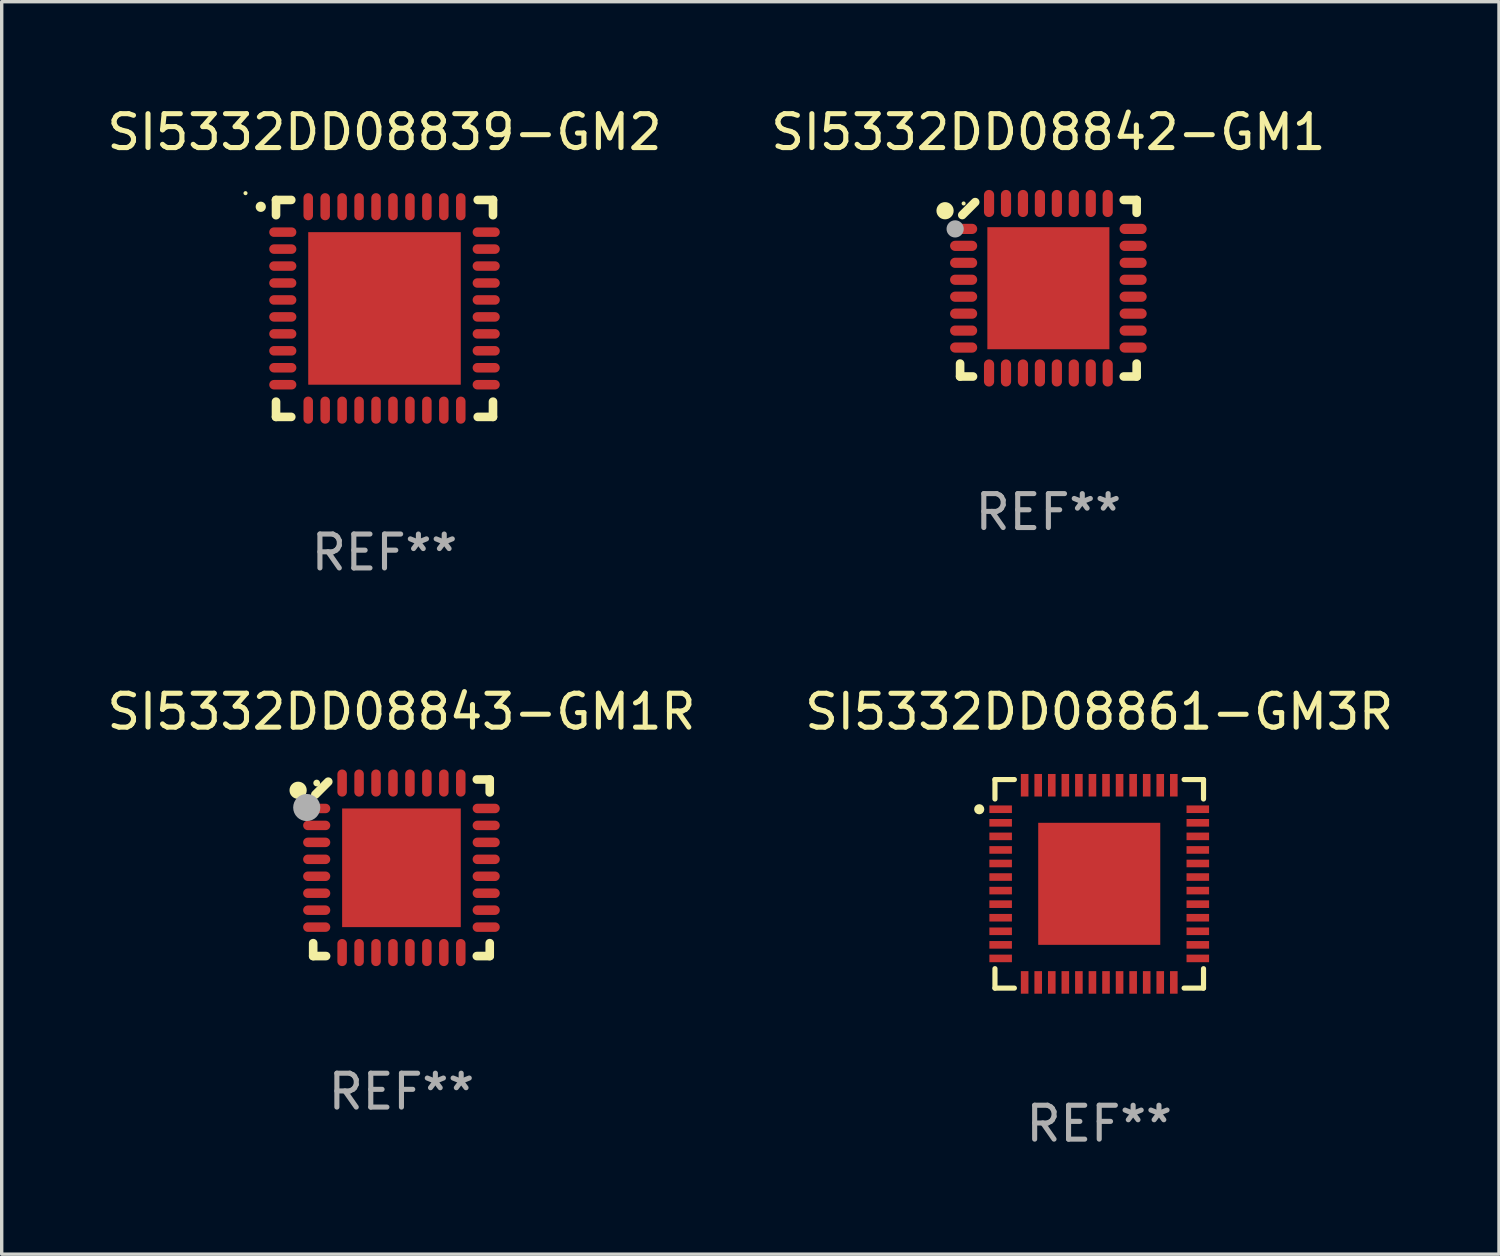
<source format=kicad_pcb>
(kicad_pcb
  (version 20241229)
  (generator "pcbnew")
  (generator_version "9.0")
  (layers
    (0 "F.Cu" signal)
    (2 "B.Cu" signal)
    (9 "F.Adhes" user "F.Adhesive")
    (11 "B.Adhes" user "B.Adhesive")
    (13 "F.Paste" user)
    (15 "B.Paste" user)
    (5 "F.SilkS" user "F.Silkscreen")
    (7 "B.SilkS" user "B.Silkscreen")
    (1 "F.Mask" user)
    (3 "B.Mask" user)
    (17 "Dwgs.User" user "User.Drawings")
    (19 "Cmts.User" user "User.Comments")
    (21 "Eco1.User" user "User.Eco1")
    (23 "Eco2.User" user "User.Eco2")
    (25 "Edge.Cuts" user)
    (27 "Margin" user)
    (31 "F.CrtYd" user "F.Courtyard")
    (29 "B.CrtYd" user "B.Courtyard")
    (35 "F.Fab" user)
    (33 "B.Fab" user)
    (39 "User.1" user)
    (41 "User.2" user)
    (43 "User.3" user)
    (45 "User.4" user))
  (footprint "SI5332DD08842-GM1"
    (layer "F.Cu")
    (at 27.875 5.452)
    (property "Reference" "SI5332DD08842-GM1" (at 0 -4.604 0) (layer "F.SilkS") (effects (font (size 1 1) (thickness 0.15))))
    (attr through_hole)
    (fp_line (start -2.604 2.223) (end -2.604 2.604) (stroke (width 0.254) (type solid)) (layer "F.SilkS"))
    (fp_line (start -2.604 2.604) (end -2.223 2.604) (stroke (width 0.254) (type solid)) (layer "F.SilkS"))
    (fp_line (start -2.159 -2.54) (end -2.54 -2.159) (stroke (width 0.254) (type solid)) (layer "F.SilkS"))
    (fp_line (start 2.223 2.604) (end 2.604 2.604) (stroke (width 0.254) (type solid)) (layer "F.SilkS"))
    (fp_line (start 2.604 -2.604) (end 2.223 -2.604) (stroke (width 0.254) (type solid)) (layer "F.SilkS"))
    (fp_line (start 2.604 -2.223) (end 2.604 -2.604) (stroke (width 0.254) (type solid)) (layer "F.SilkS"))
    (fp_line (start 2.604 2.604) (end 2.604 2.223) (stroke (width 0.254) (type solid)) (layer "F.SilkS"))
    (fp_circle (center -3.048 -2.286) (end -2.921 -2.286) (stroke (width 0.254) (type solid)) (fill no) (layer "F.SilkS"))
    (fp_circle (center -2.5 -2.5) (end -2.47 -2.5) (stroke (width 0.06) (type solid)) (fill no) (layer "F.SilkS"))
    (fp_circle (center -2.75 -1.75) (end -2.623 -1.75) (stroke (width 0.254) (type solid)) (fill no) (layer "F.Fab"))
    (fp_text user "REF**" (at 0 6.604 0) (layer "F.Fab") (effects (font (size 1 1) (thickness 0.15))))
    (pad "1" smd oval (at -2.5 -1.75) (size 0.8 0.3) (layers "F.Cu" "F.Mask" "F.Paste"))
    (pad "2" smd oval (at -2.5 -1.25) (size 0.8 0.3) (layers "F.Cu" "F.Mask" "F.Paste"))
    (pad "3" smd oval (at -2.5 -0.75) (size 0.8 0.3) (layers "F.Cu" "F.Mask" "F.Paste"))
    (pad "4" smd oval (at -2.5 -0.25) (size 0.8 0.3) (layers "F.Cu" "F.Mask" "F.Paste"))
    (pad "5" smd oval (at -2.5 0.25) (size 0.8 0.3) (layers "F.Cu" "F.Mask" "F.Paste"))
    (pad "6" smd oval (at -2.5 0.75) (size 0.8 0.3) (layers "F.Cu" "F.Mask" "F.Paste"))
    (pad "7" smd oval (at -2.5 1.25) (size 0.8 0.3) (layers "F.Cu" "F.Mask" "F.Paste"))
    (pad "8" smd oval (at -2.5 1.75) (size 0.8 0.3) (layers "F.Cu" "F.Mask" "F.Paste"))
    (pad "9" smd oval (at -1.75 2.5) (size 0.3 0.8) (layers "F.Cu" "F.Mask" "F.Paste"))
    (pad "10" smd oval (at -1.25 2.5) (size 0.3 0.8) (layers "F.Cu" "F.Mask" "F.Paste"))
    (pad "11" smd oval (at -0.75 2.5) (size 0.3 0.8) (layers "F.Cu" "F.Mask" "F.Paste"))
    (pad "12" smd oval (at -0.25 2.5) (size 0.3 0.8) (layers "F.Cu" "F.Mask" "F.Paste"))
    (pad "13" smd oval (at 0.25 2.5) (size 0.3 0.8) (layers "F.Cu" "F.Mask" "F.Paste"))
    (pad "14" smd oval (at 0.75 2.5) (size 0.3 0.8) (layers "F.Cu" "F.Mask" "F.Paste"))
    (pad "15" smd oval (at 1.25 2.5) (size 0.3 0.8) (layers "F.Cu" "F.Mask" "F.Paste"))
    (pad "16" smd oval (at 1.75 2.5) (size 0.3 0.8) (layers "F.Cu" "F.Mask" "F.Paste"))
    (pad "17" smd oval (at 2.5 1.75) (size 0.8 0.3) (layers "F.Cu" "F.Mask" "F.Paste"))
    (pad "18" smd oval (at 2.5 1.25) (size 0.8 0.3) (layers "F.Cu" "F.Mask" "F.Paste"))
    (pad "19" smd oval (at 2.5 0.75) (size 0.8 0.3) (layers "F.Cu" "F.Mask" "F.Paste"))
    (pad "20" smd oval (at 2.5 0.25) (size 0.8 0.3) (layers "F.Cu" "F.Mask" "F.Paste"))
    (pad "21" smd oval (at 2.5 -0.25) (size 0.8 0.3) (layers "F.Cu" "F.Mask" "F.Paste"))
    (pad "22" smd oval (at 2.5 -0.75) (size 0.8 0.3) (layers "F.Cu" "F.Mask" "F.Paste"))
    (pad "23" smd oval (at 2.5 -1.25) (size 0.8 0.3) (layers "F.Cu" "F.Mask" "F.Paste"))
    (pad "24" smd oval (at 2.5 -1.75) (size 0.8 0.3) (layers "F.Cu" "F.Mask" "F.Paste"))
    (pad "25" smd oval (at 1.75 -2.5) (size 0.3 0.8) (layers "F.Cu" "F.Mask" "F.Paste"))
    (pad "26" smd oval (at 1.25 -2.5) (size 0.3 0.8) (layers "F.Cu" "F.Mask" "F.Paste"))
    (pad "27" smd oval (at 0.75 -2.5) (size 0.3 0.8) (layers "F.Cu" "F.Mask" "F.Paste"))
    (pad "28" smd oval (at 0.25 -2.5) (size 0.3 0.8) (layers "F.Cu" "F.Mask" "F.Paste"))
    (pad "29" smd oval (at -0.25 -2.5) (size 0.3 0.8) (layers "F.Cu" "F.Mask" "F.Paste"))
    (pad "30" smd oval (at -0.75 -2.5) (size 0.3 0.8) (layers "F.Cu" "F.Mask" "F.Paste"))
    (pad "31" smd oval (at -1.25 -2.5) (size 0.3 0.8) (layers "F.Cu" "F.Mask" "F.Paste"))
    (pad "32" smd oval (at -1.75 -2.5) (size 0.3 0.8) (layers "F.Cu" "F.Mask" "F.Paste"))
    (pad "33" smd rect (at -0.000076 0) (size 3.6 3.6) (layers "F.Cu" "F.Mask" "F.Paste")))
  (footprint "SI5332DD08839-GM2"
    (layer "F.Cu")
    (at 8.292 6.048)
    (property "Reference" "SI5332DD08839-GM2" (at 0 -5.2 0) (layer "F.SilkS") (effects (font (size 1 1) (thickness 0.15))))
    (attr through_hole)
    (fp_line (start -3.2 -3.2) (end -2.75 -3.2) (stroke (width 0.254) (type solid)) (layer "F.SilkS"))
    (fp_line (start -3.2 -2.75) (end -3.2 -3.2) (stroke (width 0.254) (type solid)) (layer "F.SilkS"))
    (fp_line (start -3.2 3.2) (end -3.2 2.75) (stroke (width 0.254) (type solid)) (layer "F.SilkS"))
    (fp_line (start -2.75 3.2) (end -3.2 3.2) (stroke (width 0.254) (type solid)) (layer "F.SilkS"))
    (fp_line (start 2.75 3.2) (end 3.2 3.2) (stroke (width 0.254) (type solid)) (layer "F.SilkS"))
    (fp_line (start 3.2 -3.2) (end 2.75 -3.2) (stroke (width 0.254) (type solid)) (layer "F.SilkS"))
    (fp_line (start 3.2 -2.75) (end 3.2 -3.2) (stroke (width 0.254) (type solid)) (layer "F.SilkS"))
    (fp_line (start 3.2 3.2) (end 3.2 2.75) (stroke (width 0.254) (type solid)) (layer "F.SilkS"))
    (fp_arc (start -3.649987 -2.997206) (mid -3.649992 -2.998476) (end -3.649987 -2.999746) (stroke (width 0.3) (type solid)) (layer "F.SilkS"))
    (fp_circle (center -4.1 -3.4) (end -4.07 -3.4) (stroke (width 0.06) (type solid)) (fill no) (layer "F.SilkS"))
    (fp_text user "REF**" (at 0 7.2 0) (layer "F.Fab") (effects (font (size 1 1) (thickness 0.15))))
    (pad "1" smd oval (at -3 -2.25 90) (size 0.28 0.8) (layers "F.Cu" "F.Mask" "F.Paste"))
    (pad "2" smd oval (at -3 -1.75 90) (size 0.28 0.8) (layers "F.Cu" "F.Mask" "F.Paste"))
    (pad "3" smd oval (at -3 -1.25 90) (size 0.28 0.8) (layers "F.Cu" "F.Mask" "F.Paste"))
    (pad "4" smd oval (at -3 -0.75 90) (size 0.28 0.8) (layers "F.Cu" "F.Mask" "F.Paste"))
    (pad "5" smd oval (at -3 -0.25 90) (size 0.28 0.8) (layers "F.Cu" "F.Mask" "F.Paste"))
    (pad "6" smd oval (at -3 0.25 90) (size 0.28 0.8) (layers "F.Cu" "F.Mask" "F.Paste"))
    (pad "7" smd oval (at -3 0.75 90) (size 0.28 0.8) (layers "F.Cu" "F.Mask" "F.Paste"))
    (pad "8" smd oval (at -3 1.25 90) (size 0.28 0.8) (layers "F.Cu" "F.Mask" "F.Paste"))
    (pad "9" smd oval (at -3 1.75 90) (size 0.28 0.8) (layers "F.Cu" "F.Mask" "F.Paste"))
    (pad "10" smd oval (at -3 2.25 90) (size 0.28 0.8) (layers "F.Cu" "F.Mask" "F.Paste"))
    (pad "11" smd oval (at -2.25 3) (size 0.28 0.8) (layers "F.Cu" "F.Mask" "F.Paste"))
    (pad "12" smd oval (at -1.75 3) (size 0.28 0.8) (layers "F.Cu" "F.Mask" "F.Paste"))
    (pad "13" smd oval (at -1.25 3) (size 0.28 0.8) (layers "F.Cu" "F.Mask" "F.Paste"))
    (pad "14" smd oval (at -0.75 3) (size 0.28 0.8) (layers "F.Cu" "F.Mask" "F.Paste"))
    (pad "15" smd oval (at -0.25 3) (size 0.28 0.8) (layers "F.Cu" "F.Mask" "F.Paste"))
    (pad "16" smd oval (at 0.25 3) (size 0.28 0.8) (layers "F.Cu" "F.Mask" "F.Paste"))
    (pad "17" smd oval (at 0.75 3) (size 0.28 0.8) (layers "F.Cu" "F.Mask" "F.Paste"))
    (pad "18" smd oval (at 1.25 3) (size 0.28 0.8) (layers "F.Cu" "F.Mask" "F.Paste"))
    (pad "19" smd oval (at 1.75 3) (size 0.28 0.8) (layers "F.Cu" "F.Mask" "F.Paste"))
    (pad "20" smd oval (at 2.25 3) (size 0.28 0.8) (layers "F.Cu" "F.Mask" "F.Paste"))
    (pad "21" smd oval (at 3 2.25 90) (size 0.28 0.8) (layers "F.Cu" "F.Mask" "F.Paste"))
    (pad "22" smd oval (at 3 1.75 90) (size 0.28 0.8) (layers "F.Cu" "F.Mask" "F.Paste"))
    (pad "23" smd oval (at 3 1.25 90) (size 0.28 0.8) (layers "F.Cu" "F.Mask" "F.Paste"))
    (pad "24" smd oval (at 3 0.75 90) (size 0.28 0.8) (layers "F.Cu" "F.Mask" "F.Paste"))
    (pad "25" smd oval (at 3 0.25 90) (size 0.28 0.8) (layers "F.Cu" "F.Mask" "F.Paste"))
    (pad "26" smd oval (at 3 -0.25 90) (size 0.28 0.8) (layers "F.Cu" "F.Mask" "F.Paste"))
    (pad "27" smd oval (at 3 -0.75 90) (size 0.28 0.8) (layers "F.Cu" "F.Mask" "F.Paste"))
    (pad "28" smd oval (at 3 -1.25 90) (size 0.28 0.8) (layers "F.Cu" "F.Mask" "F.Paste"))
    (pad "29" smd oval (at 3 -1.75 90) (size 0.28 0.8) (layers "F.Cu" "F.Mask" "F.Paste"))
    (pad "30" smd oval (at 3 -2.25 90) (size 0.28 0.8) (layers "F.Cu" "F.Mask" "F.Paste"))
    (pad "31" smd oval (at 2.25 -3) (size 0.28 0.8) (layers "F.Cu" "F.Mask" "F.Paste"))
    (pad "32" smd oval (at 1.75 -3) (size 0.28 0.8) (layers "F.Cu" "F.Mask" "F.Paste"))
    (pad "33" smd oval (at 1.25 -3) (size 0.28 0.8) (layers "F.Cu" "F.Mask" "F.Paste"))
    (pad "34" smd oval (at 0.75 -3) (size 0.28 0.8) (layers "F.Cu" "F.Mask" "F.Paste"))
    (pad "35" smd oval (at 0.25 -3) (size 0.28 0.8) (layers "F.Cu" "F.Mask" "F.Paste"))
    (pad "36" smd oval (at -0.25 -3) (size 0.28 0.8) (layers "F.Cu" "F.Mask" "F.Paste"))
    (pad "37" smd oval (at -0.75 -3) (size 0.28 0.8) (layers "F.Cu" "F.Mask" "F.Paste"))
    (pad "38" smd oval (at -1.25 -3) (size 0.28 0.8) (layers "F.Cu" "F.Mask" "F.Paste"))
    (pad "39" smd oval (at -1.75 -3) (size 0.28 0.8) (layers "F.Cu" "F.Mask" "F.Paste"))
    (pad "40" smd oval (at -2.25 -3) (size 0.28 0.8) (layers "F.Cu" "F.Mask" "F.Paste"))
    (pad "41" smd rect (at 0 0) (size 4.5 4.5) (layers "F.Cu" "F.Mask" "F.Paste")))
  (footprint "SI5332DD08843-GM1R"
    (layer "F.Cu")
    (at 8.792 22.548)
    (property "Reference" "SI5332DD08843-GM1R" (at 0 -4.604 0) (layer "F.SilkS") (effects (font (size 1 1) (thickness 0.15))))
    (attr through_hole)
    (fp_line (start -2.604 2.223) (end -2.604 2.604) (stroke (width 0.254) (type solid)) (layer "F.SilkS"))
    (fp_line (start -2.604 2.604) (end -2.223 2.604) (stroke (width 0.254) (type solid)) (layer "F.SilkS"))
    (fp_line (start -2.159 -2.54) (end -2.54 -2.159) (stroke (width 0.254) (type solid)) (layer "F.SilkS"))
    (fp_line (start 2.223 2.604) (end 2.604 2.604) (stroke (width 0.254) (type solid)) (layer "F.SilkS"))
    (fp_line (start 2.604 -2.604) (end 2.223 -2.604) (stroke (width 0.254) (type solid)) (layer "F.SilkS"))
    (fp_line (start 2.604 -2.223) (end 2.604 -2.604) (stroke (width 0.254) (type solid)) (layer "F.SilkS"))
    (fp_line (start 2.604 2.604) (end 2.604 2.223) (stroke (width 0.254) (type solid)) (layer "F.SilkS"))
    (fp_circle (center -3.048 -2.286) (end -2.921 -2.286) (stroke (width 0.254) (type solid)) (fill no) (layer "F.SilkS"))
    (fp_circle (center -2.5 -2.5) (end -2.45 -2.5) (stroke (width 0.1) (type solid)) (fill no) (layer "F.SilkS"))
    (fp_circle (center -2.794 -1.778) (end -2.594 -1.778) (stroke (width 0.4) (type solid)) (fill no) (layer "F.Fab"))
    (fp_text user "REF**" (at 0 6.604 0) (layer "F.Fab") (effects (font (size 1 1) (thickness 0.15))))
    (pad "1" smd oval (at -2.5 -1.75) (size 0.8 0.28) (layers "F.Cu" "F.Mask" "F.Paste"))
    (pad "2" smd oval (at -2.5 -1.25) (size 0.8 0.28) (layers "F.Cu" "F.Mask" "F.Paste"))
    (pad "3" smd oval (at -2.5 -0.75) (size 0.8 0.28) (layers "F.Cu" "F.Mask" "F.Paste"))
    (pad "4" smd oval (at -2.5 -0.25) (size 0.8 0.28) (layers "F.Cu" "F.Mask" "F.Paste"))
    (pad "5" smd oval (at -2.5 0.25) (size 0.8 0.28) (layers "F.Cu" "F.Mask" "F.Paste"))
    (pad "6" smd oval (at -2.5 0.75) (size 0.8 0.28) (layers "F.Cu" "F.Mask" "F.Paste"))
    (pad "7" smd oval (at -2.5 1.25) (size 0.8 0.28) (layers "F.Cu" "F.Mask" "F.Paste"))
    (pad "8" smd oval (at -2.5 1.75) (size 0.8 0.28) (layers "F.Cu" "F.Mask" "F.Paste"))
    (pad "9" smd oval (at -1.75 2.5) (size 0.28 0.8) (layers "F.Cu" "F.Mask" "F.Paste"))
    (pad "10" smd oval (at -1.25 2.5) (size 0.28 0.8) (layers "F.Cu" "F.Mask" "F.Paste"))
    (pad "11" smd oval (at -0.75 2.5) (size 0.28 0.8) (layers "F.Cu" "F.Mask" "F.Paste"))
    (pad "12" smd oval (at -0.25 2.5) (size 0.28 0.8) (layers "F.Cu" "F.Mask" "F.Paste"))
    (pad "13" smd oval (at 0.25 2.5) (size 0.28 0.8) (layers "F.Cu" "F.Mask" "F.Paste"))
    (pad "14" smd oval (at 0.75 2.5) (size 0.28 0.8) (layers "F.Cu" "F.Mask" "F.Paste"))
    (pad "15" smd oval (at 1.25 2.5) (size 0.28 0.8) (layers "F.Cu" "F.Mask" "F.Paste"))
    (pad "16" smd oval (at 1.75 2.5) (size 0.28 0.8) (layers "F.Cu" "F.Mask" "F.Paste"))
    (pad "17" smd oval (at 2.5 1.75) (size 0.8 0.28) (layers "F.Cu" "F.Mask" "F.Paste"))
    (pad "18" smd oval (at 2.5 1.25) (size 0.8 0.28) (layers "F.Cu" "F.Mask" "F.Paste"))
    (pad "19" smd oval (at 2.5 0.75) (size 0.8 0.28) (layers "F.Cu" "F.Mask" "F.Paste"))
    (pad "20" smd oval (at 2.5 0.25) (size 0.8 0.28) (layers "F.Cu" "F.Mask" "F.Paste"))
    (pad "21" smd oval (at 2.5 -0.25) (size 0.8 0.28) (layers "F.Cu" "F.Mask" "F.Paste"))
    (pad "22" smd oval (at 2.5 -0.75) (size 0.8 0.28) (layers "F.Cu" "F.Mask" "F.Paste"))
    (pad "23" smd oval (at 2.5 -1.25) (size 0.8 0.28) (layers "F.Cu" "F.Mask" "F.Paste"))
    (pad "24" smd oval (at 2.5 -1.75) (size 0.8 0.28) (layers "F.Cu" "F.Mask" "F.Paste"))
    (pad "25" smd oval (at 1.75 -2.5) (size 0.28 0.8) (layers "F.Cu" "F.Mask" "F.Paste"))
    (pad "26" smd oval (at 1.25 -2.5) (size 0.28 0.8) (layers "F.Cu" "F.Mask" "F.Paste"))
    (pad "27" smd oval (at 0.75 -2.5) (size 0.28 0.8) (layers "F.Cu" "F.Mask" "F.Paste"))
    (pad "28" smd oval (at 0.25 -2.5) (size 0.28 0.8) (layers "F.Cu" "F.Mask" "F.Paste"))
    (pad "29" smd oval (at -0.25 -2.5) (size 0.28 0.8) (layers "F.Cu" "F.Mask" "F.Paste"))
    (pad "30" smd oval (at -0.75 -2.5) (size 0.28 0.8) (layers "F.Cu" "F.Mask" "F.Paste"))
    (pad "31" smd oval (at -1.25 -2.5) (size 0.28 0.8) (layers "F.Cu" "F.Mask" "F.Paste"))
    (pad "32" smd oval (at -1.75 -2.5) (size 0.28 0.8) (layers "F.Cu" "F.Mask" "F.Paste"))
    (pad "33" smd rect (at 0.000076 0.000076) (size 3.5 3.5) (layers "F.Cu" "F.Mask" "F.Paste")))
  (footprint "SI5332DD08861-GM3R"
    (layer "F.Cu")
    (at 29.375 23.021)
    (property "Reference" "SI5332DD08861-GM3R" (at 0 -5.076 0) (layer "F.SilkS") (effects (font (size 1 1) (thickness 0.15))))
    (attr through_hole)
    (fp_line (start -3.076 -3.076) (end -3.076 -2.503) (stroke (width 0.152) (type solid)) (layer "F.SilkS"))
    (fp_line (start -3.076 3.076) (end -3.076 2.503) (stroke (width 0.152) (type solid)) (layer "F.SilkS"))
    (fp_line (start -2.503 -3.076) (end -3.076 -3.076) (stroke (width 0.152) (type solid)) (layer "F.SilkS"))
    (fp_line (start -2.503 3.076) (end -3.076 3.076) (stroke (width 0.152) (type solid)) (layer "F.SilkS"))
    (fp_line (start 2.503 -3.076) (end 3.076 -3.076) (stroke (width 0.152) (type solid)) (layer "F.SilkS"))
    (fp_line (start 2.503 3.076) (end 3.076 3.076) (stroke (width 0.152) (type solid)) (layer "F.SilkS"))
    (fp_line (start 3.076 -3.076) (end 3.076 -2.503) (stroke (width 0.152) (type solid)) (layer "F.SilkS"))
    (fp_line (start 3.076 3.076) (end 3.076 2.503) (stroke (width 0.152) (type solid)) (layer "F.SilkS"))
    (fp_circle (center -3.54 -2.2) (end -3.465 -2.2) (stroke (width 0.15) (type solid)) (fill no) (layer "F.SilkS"))
    (fp_text user "REF**" (at 0 7.076 0) (layer "F.Fab") (effects (font (size 1 1) (thickness 0.15))))
    (pad "1" smd rect (at -2.908 -2.2) (size 0.665 0.224) (layers "F.Cu" "F.Mask" "F.Paste"))
    (pad "2" smd rect (at -2.908 -1.8) (size 0.665 0.224) (layers "F.Cu" "F.Mask" "F.Paste"))
    (pad "3" smd rect (at -2.908 -1.4) (size 0.665 0.224) (layers "F.Cu" "F.Mask" "F.Paste"))
    (pad "4" smd rect (at -2.908 -1) (size 0.665 0.224) (layers "F.Cu" "F.Mask" "F.Paste"))
    (pad "5" smd rect (at -2.908 -0.6) (size 0.665 0.224) (layers "F.Cu" "F.Mask" "F.Paste"))
    (pad "6" smd rect (at -2.908 -0.2) (size 0.665 0.224) (layers "F.Cu" "F.Mask" "F.Paste"))
    (pad "7" smd rect (at -2.908 0.2) (size 0.665 0.224) (layers "F.Cu" "F.Mask" "F.Paste"))
    (pad "8" smd rect (at -2.908 0.6) (size 0.665 0.224) (layers "F.Cu" "F.Mask" "F.Paste"))
    (pad "9" smd rect (at -2.908 1) (size 0.665 0.224) (layers "F.Cu" "F.Mask" "F.Paste"))
    (pad "10" smd rect (at -2.908 1.4) (size 0.665 0.224) (layers "F.Cu" "F.Mask" "F.Paste"))
    (pad "11" smd rect (at -2.908 1.8) (size 0.665 0.224) (layers "F.Cu" "F.Mask" "F.Paste"))
    (pad "12" smd rect (at -2.908 2.2) (size 0.665 0.224) (layers "F.Cu" "F.Mask" "F.Paste"))
    (pad "13" smd rect (at -2.2 2.908) (size 0.224 0.665) (layers "F.Cu" "F.Mask" "F.Paste"))
    (pad "14" smd rect (at -1.8 2.908) (size 0.224 0.665) (layers "F.Cu" "F.Mask" "F.Paste"))
    (pad "15" smd rect (at -1.4 2.908) (size 0.224 0.665) (layers "F.Cu" "F.Mask" "F.Paste"))
    (pad "16" smd rect (at -1 2.908) (size 0.224 0.665) (layers "F.Cu" "F.Mask" "F.Paste"))
    (pad "17" smd rect (at -0.6 2.908) (size 0.224 0.665) (layers "F.Cu" "F.Mask" "F.Paste"))
    (pad "18" smd rect (at -0.2 2.908) (size 0.224 0.665) (layers "F.Cu" "F.Mask" "F.Paste"))
    (pad "19" smd rect (at 0.2 2.908) (size 0.224 0.665) (layers "F.Cu" "F.Mask" "F.Paste"))
    (pad "20" smd rect (at 0.6 2.908) (size 0.224 0.665) (layers "F.Cu" "F.Mask" "F.Paste"))
    (pad "21" smd rect (at 1 2.908) (size 0.224 0.665) (layers "F.Cu" "F.Mask" "F.Paste"))
    (pad "22" smd rect (at 1.4 2.908) (size 0.224 0.665) (layers "F.Cu" "F.Mask" "F.Paste"))
    (pad "23" smd rect (at 1.8 2.908) (size 0.224 0.665) (layers "F.Cu" "F.Mask" "F.Paste"))
    (pad "24" smd rect (at 2.2 2.908) (size 0.224 0.665) (layers "F.Cu" "F.Mask" "F.Paste"))
    (pad "25" smd rect (at 2.908 2.2) (size 0.665 0.224) (layers "F.Cu" "F.Mask" "F.Paste"))
    (pad "26" smd rect (at 2.908 1.8) (size 0.665 0.224) (layers "F.Cu" "F.Mask" "F.Paste"))
    (pad "27" smd rect (at 2.908 1.4) (size 0.665 0.224) (layers "F.Cu" "F.Mask" "F.Paste"))
    (pad "28" smd rect (at 2.908 1) (size 0.665 0.224) (layers "F.Cu" "F.Mask" "F.Paste"))
    (pad "29" smd rect (at 2.908 0.6) (size 0.665 0.224) (layers "F.Cu" "F.Mask" "F.Paste"))
    (pad "30" smd rect (at 2.908 0.2) (size 0.665 0.224) (layers "F.Cu" "F.Mask" "F.Paste"))
    (pad "31" smd rect (at 2.908 -0.2) (size 0.665 0.224) (layers "F.Cu" "F.Mask" "F.Paste"))
    (pad "32" smd rect (at 2.908 -0.6) (size 0.665 0.224) (layers "F.Cu" "F.Mask" "F.Paste"))
    (pad "33" smd rect (at 2.908 -1) (size 0.665 0.224) (layers "F.Cu" "F.Mask" "F.Paste"))
    (pad "34" smd rect (at 2.908 -1.4) (size 0.665 0.224) (layers "F.Cu" "F.Mask" "F.Paste"))
    (pad "35" smd rect (at 2.908 -1.8) (size 0.665 0.224) (layers "F.Cu" "F.Mask" "F.Paste"))
    (pad "36" smd rect (at 2.908 -2.2) (size 0.665 0.224) (layers "F.Cu" "F.Mask" "F.Paste"))
    (pad "37" smd rect (at 2.2 -2.908) (size 0.224 0.665) (layers "F.Cu" "F.Mask" "F.Paste"))
    (pad "38" smd rect (at 1.8 -2.908) (size 0.224 0.665) (layers "F.Cu" "F.Mask" "F.Paste"))
    (pad "39" smd rect (at 1.4 -2.908) (size 0.224 0.665) (layers "F.Cu" "F.Mask" "F.Paste"))
    (pad "40" smd rect (at 1 -2.908) (size 0.224 0.665) (layers "F.Cu" "F.Mask" "F.Paste"))
    (pad "41" smd rect (at 0.6 -2.908) (size 0.224 0.665) (layers "F.Cu" "F.Mask" "F.Paste"))
    (pad "42" smd rect (at 0.2 -2.908) (size 0.224 0.665) (layers "F.Cu" "F.Mask" "F.Paste"))
    (pad "43" smd rect (at -0.2 -2.908) (size 0.224 0.665) (layers "F.Cu" "F.Mask" "F.Paste"))
    (pad "44" smd rect (at -0.6 -2.908) (size 0.224 0.665) (layers "F.Cu" "F.Mask" "F.Paste"))
    (pad "45" smd rect (at -1 -2.908) (size 0.224 0.665) (layers "F.Cu" "F.Mask" "F.Paste"))
    (pad "46" smd rect (at -1.4 -2.908) (size 0.224 0.665) (layers "F.Cu" "F.Mask" "F.Paste"))
    (pad "47" smd rect (at -1.8 -2.908) (size 0.224 0.665) (layers "F.Cu" "F.Mask" "F.Paste"))
    (pad "48" smd rect (at -2.2 -2.908) (size 0.224 0.665) (layers "F.Cu" "F.Mask" "F.Paste"))
    (pad "49" smd rect (at 0 0) (size 3.6 3.6) (layers "F.Cu" "F.Mask" "F.Paste")))
  (gr_rect
    (start -3 -3)
    (end 41.167 33.945)
    (stroke (width 0.1) (type default))
    (fill no)
    (layer "Edge.Cuts")))
</source>
